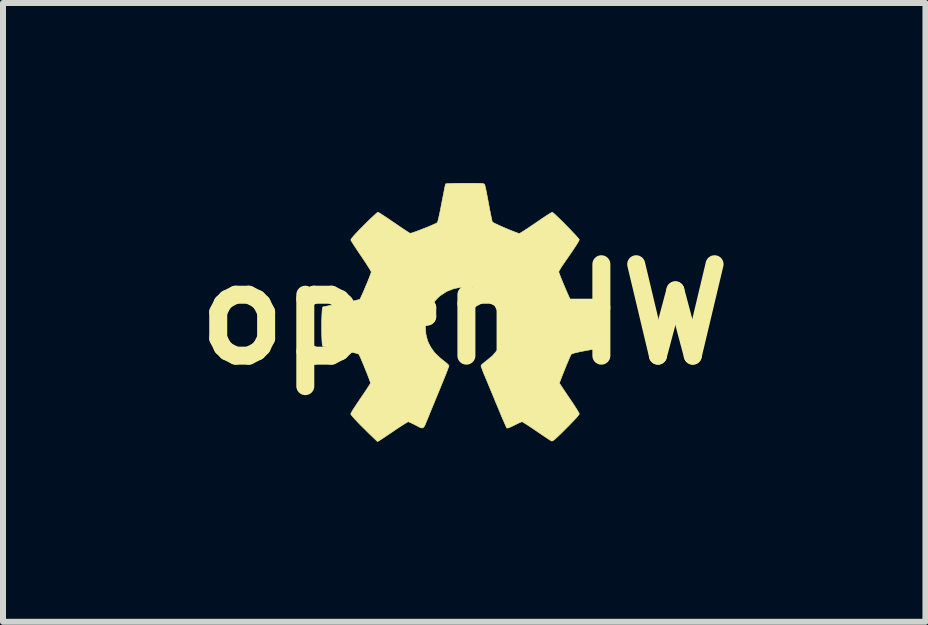
<source format=kicad_pcb>
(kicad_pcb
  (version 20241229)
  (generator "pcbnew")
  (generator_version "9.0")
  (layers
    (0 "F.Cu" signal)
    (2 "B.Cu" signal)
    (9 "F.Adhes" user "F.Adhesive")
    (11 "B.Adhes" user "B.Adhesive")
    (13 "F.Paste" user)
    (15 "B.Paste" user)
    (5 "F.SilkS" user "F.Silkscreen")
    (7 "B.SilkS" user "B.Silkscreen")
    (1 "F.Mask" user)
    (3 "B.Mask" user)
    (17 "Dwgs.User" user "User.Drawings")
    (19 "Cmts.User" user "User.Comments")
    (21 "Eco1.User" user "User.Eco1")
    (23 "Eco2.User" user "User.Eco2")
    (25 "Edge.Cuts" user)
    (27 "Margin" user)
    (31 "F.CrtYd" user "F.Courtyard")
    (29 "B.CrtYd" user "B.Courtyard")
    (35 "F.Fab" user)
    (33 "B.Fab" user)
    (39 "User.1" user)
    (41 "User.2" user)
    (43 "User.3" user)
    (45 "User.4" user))
  (footprint "openHW"
    (layer "F.Cu")
    (at 4.688 2.189)
    (property "Reference" "openHW" (at 0 0 0) (layer "F.SilkS") (effects (font (size 1.524 1.524) (thickness 0.3))))
    (attr through_hole)
    (fp_poly (pts (xy 0.111 -2.184) (xy 0.187 -2.184) (xy 0.243 -2.183) (xy 0.283 -2.182) (xy 0.309 -2.179) (xy 0.326 -2.175) (xy 0.335 -2.169) (xy 0.34 -2.162) (xy 0.343 -2.156) (xy 0.348 -2.135) (xy 0.358 -2.094) (xy 0.37 -2.035) (xy 0.384 -1.964) (xy 0.399 -1.883) (xy 0.407 -1.842) (xy 0.422 -1.759) (xy 0.437 -1.684) (xy 0.45 -1.621) (xy 0.46 -1.573) (xy 0.467 -1.544) (xy 0.469 -1.538) (xy 0.483 -1.529) (xy 0.516 -1.512) (xy 0.564 -1.49) (xy 0.621 -1.464) (xy 0.684 -1.437) (xy 0.747 -1.41) (xy 0.807 -1.386) (xy 0.859 -1.366) (xy 0.897 -1.352) (xy 0.918 -1.346) (xy 0.919 -1.346) (xy 0.933 -1.353) (xy 0.965 -1.373) (xy 1.012 -1.403) (xy 1.07 -1.441) (xy 1.138 -1.487) (xy 1.193 -1.524) (xy 1.265 -1.573) (xy 1.33 -1.617) (xy 1.386 -1.654) (xy 1.43 -1.681) (xy 1.457 -1.698) (xy 1.466 -1.702) (xy 1.48 -1.693) (xy 1.508 -1.669) (xy 1.547 -1.632) (xy 1.595 -1.586) (xy 1.648 -1.534) (xy 1.703 -1.478) (xy 1.758 -1.422) (xy 1.809 -1.368) (xy 1.854 -1.321) (xy 1.889 -1.282) (xy 1.911 -1.255) (xy 1.918 -1.244) (xy 1.912 -1.228) (xy 1.894 -1.196) (xy 1.864 -1.147) (xy 1.82 -1.081) (xy 1.763 -0.997) (xy 1.691 -0.893) (xy 1.656 -0.842) (xy 1.623 -0.794) (xy 1.597 -0.751) (xy 1.58 -0.72) (xy 1.575 -0.707) (xy 1.58 -0.691) (xy 1.593 -0.656) (xy 1.612 -0.607) (xy 1.636 -0.548) (xy 1.663 -0.484) (xy 1.69 -0.42) (xy 1.716 -0.36) (xy 1.739 -0.308) (xy 1.757 -0.269) (xy 1.768 -0.248) (xy 1.77 -0.246) (xy 1.783 -0.241) (xy 1.819 -0.233) (xy 1.872 -0.222) (xy 1.939 -0.209) (xy 2.018 -0.194) (xy 2.071 -0.184) (xy 2.155 -0.168) (xy 2.231 -0.153) (xy 2.295 -0.141) (xy 2.345 -0.131) (xy 2.375 -0.124) (xy 2.383 -0.122) (xy 2.388 -0.116) (xy 2.392 -0.1) (xy 2.396 -0.073) (xy 2.398 -0.03) (xy 2.399 0.03) (xy 2.4 0.11) (xy 2.4 0.208) (xy 2.4 0.308) (xy 2.4 0.385) (xy 2.399 0.442) (xy 2.397 0.483) (xy 2.394 0.51) (xy 2.39 0.526) (xy 2.385 0.535) (xy 2.378 0.538) (xy 2.356 0.543) (xy 2.316 0.551) (xy 2.265 0.561) (xy 2.242 0.565) (xy 2.118 0.588) (xy 2.017 0.607) (xy 1.937 0.622) (xy 1.876 0.636) (xy 1.832 0.647) (xy 1.803 0.656) (xy 1.786 0.664) (xy 1.782 0.668) (xy 1.773 0.685) (xy 1.757 0.721) (xy 1.736 0.771) (xy 1.711 0.83) (xy 1.684 0.895) (xy 1.658 0.961) (xy 1.633 1.023) (xy 1.612 1.077) (xy 1.596 1.118) (xy 1.588 1.143) (xy 1.587 1.147) (xy 1.594 1.159) (xy 1.614 1.19) (xy 1.644 1.235) (xy 1.682 1.292) (xy 1.726 1.358) (xy 1.753 1.397) (xy 1.8 1.466) (xy 1.842 1.53) (xy 1.877 1.585) (xy 1.902 1.627) (xy 1.916 1.654) (xy 1.918 1.66) (xy 1.909 1.676) (xy 1.884 1.707) (xy 1.845 1.751) (xy 1.793 1.805) (xy 1.732 1.868) (xy 1.697 1.903) (xy 1.628 1.972) (xy 1.574 2.024) (xy 1.534 2.062) (xy 1.504 2.088) (xy 1.483 2.104) (xy 1.468 2.111) (xy 1.457 2.112) (xy 1.447 2.108) (xy 1.447 2.108) (xy 1.428 2.096) (xy 1.392 2.072) (xy 1.342 2.039) (xy 1.282 1.999) (xy 1.216 1.953) (xy 1.199 1.942) (xy 1.133 1.897) (xy 1.073 1.857) (xy 1.023 1.825) (xy 0.986 1.802) (xy 0.966 1.791) (xy 0.964 1.791) (xy 0.946 1.796) (xy 0.912 1.811) (xy 0.866 1.833) (xy 0.834 1.849) (xy 0.783 1.874) (xy 0.743 1.891) (xy 0.717 1.897) (xy 0.71 1.896) (xy 0.703 1.882) (xy 0.687 1.848) (xy 0.664 1.795) (xy 0.635 1.729) (xy 0.602 1.65) (xy 0.566 1.563) (xy 0.552 1.53) (xy 0.511 1.432) (xy 0.471 1.333) (xy 0.431 1.239) (xy 0.396 1.153) (xy 0.366 1.082) (xy 0.344 1.028) (xy 0.342 1.025) (xy 0.318 0.967) (xy 0.299 0.916) (xy 0.285 0.878) (xy 0.279 0.858) (xy 0.279 0.858) (xy 0.289 0.842) (xy 0.315 0.818) (xy 0.351 0.789) (xy 0.359 0.784) (xy 0.47 0.692) (xy 0.556 0.593) (xy 0.62 0.485) (xy 0.659 0.368) (xy 0.676 0.241) (xy 0.677 0.21) (xy 0.667 0.083) (xy 0.633 -0.034) (xy 0.577 -0.143) (xy 0.496 -0.245) (xy 0.495 -0.246) (xy 0.4 -0.329) (xy 0.295 -0.392) (xy 0.181 -0.433) (xy 0.062 -0.453) (xy -0.057 -0.451) (xy -0.176 -0.427) (xy -0.29 -0.382) (xy -0.395 -0.314) (xy -0.431 -0.284) (xy -0.52 -0.189) (xy -0.585 -0.082) (xy -0.628 0.034) (xy -0.647 0.161) (xy -0.648 0.202) (xy -0.639 0.329) (xy -0.611 0.443) (xy -0.562 0.546) (xy -0.492 0.641) (xy -0.398 0.731) (xy -0.343 0.775) (xy -0.303 0.807) (xy -0.272 0.834) (xy -0.256 0.854) (xy -0.254 0.858) (xy -0.259 0.874) (xy -0.272 0.91) (xy -0.293 0.964) (xy -0.32 1.033) (xy -0.353 1.114) (xy -0.39 1.204) (xy -0.421 1.28) (xy -0.462 1.379) (xy -0.502 1.476) (xy -0.539 1.566) (xy -0.572 1.645) (xy -0.598 1.711) (xy -0.618 1.759) (xy -0.626 1.778) (xy -0.65 1.837) (xy -0.669 1.874) (xy -0.688 1.892) (xy -0.713 1.894) (xy -0.749 1.88) (xy -0.8 1.853) (xy -0.807 1.849) (xy -0.856 1.824) (xy -0.897 1.805) (xy -0.925 1.793) (xy -0.934 1.791) (xy -0.949 1.798) (xy -0.981 1.817) (xy -1.028 1.847) (xy -1.087 1.885) (xy -1.153 1.929) (xy -1.192 1.956) (xy -1.262 2.003) (xy -1.324 2.045) (xy -1.376 2.079) (xy -1.416 2.105) (xy -1.439 2.119) (xy -1.444 2.121) (xy -1.455 2.112) (xy -1.481 2.088) (xy -1.52 2.051) (xy -1.57 2.003) (xy -1.627 1.947) (xy -1.672 1.902) (xy -1.734 1.841) (xy -1.788 1.784) (xy -1.834 1.735) (xy -1.868 1.696) (xy -1.888 1.67) (xy -1.892 1.662) (xy -1.885 1.645) (xy -1.866 1.611) (xy -1.836 1.563) (xy -1.797 1.504) (xy -1.752 1.437) (xy -1.728 1.401) (xy -1.68 1.332) (xy -1.638 1.269) (xy -1.604 1.216) (xy -1.578 1.176) (xy -1.564 1.152) (xy -1.562 1.146) (xy -1.567 1.128) (xy -1.58 1.091) (xy -1.599 1.04) (xy -1.622 0.98) (xy -1.649 0.914) (xy -1.676 0.847) (xy -1.702 0.785) (xy -1.725 0.731) (xy -1.744 0.689) (xy -1.756 0.666) (xy -1.758 0.663) (xy -1.775 0.656) (xy -1.813 0.646) (xy -1.868 0.633) (xy -1.937 0.618) (xy -2.016 0.602) (xy -2.059 0.595) (xy -2.141 0.579) (xy -2.216 0.564) (xy -2.278 0.551) (xy -2.326 0.54) (xy -2.353 0.533) (xy -2.359 0.53) (xy -2.365 0.514) (xy -2.369 0.476) (xy -2.372 0.422) (xy -2.375 0.356) (xy -2.376 0.281) (xy -2.376 0.202) (xy -2.376 0.124) (xy -2.374 0.049) (xy -2.371 -0.017) (xy -2.368 -0.07) (xy -2.363 -0.106) (xy -2.358 -0.122) (xy -2.357 -0.122) (xy -2.34 -0.126) (xy -2.302 -0.134) (xy -2.246 -0.145) (xy -2.177 -0.159) (xy -2.097 -0.174) (xy -2.045 -0.184) (xy -1.962 -0.2) (xy -1.886 -0.215) (xy -1.823 -0.228) (xy -1.775 -0.239) (xy -1.747 -0.247) (xy -1.74 -0.249) (xy -1.73 -0.266) (xy -1.714 -0.302) (xy -1.691 -0.351) (xy -1.666 -0.41) (xy -1.639 -0.474) (xy -1.612 -0.538) (xy -1.588 -0.598) (xy -1.568 -0.649) (xy -1.555 -0.686) (xy -1.549 -0.704) (xy -1.549 -0.704) (xy -1.556 -0.721) (xy -1.576 -0.755) (xy -1.606 -0.803) (xy -1.644 -0.863) (xy -1.689 -0.93) (xy -1.716 -0.97) (xy -1.764 -1.04) (xy -1.807 -1.105) (xy -1.843 -1.16) (xy -1.87 -1.203) (xy -1.886 -1.229) (xy -1.889 -1.236) (xy -1.887 -1.249) (xy -1.872 -1.271) (xy -1.845 -1.304) (xy -1.804 -1.349) (xy -1.747 -1.408) (xy -1.675 -1.481) (xy -1.614 -1.542) (xy -1.557 -1.597) (xy -1.509 -1.642) (xy -1.471 -1.677) (xy -1.447 -1.697) (xy -1.439 -1.702) (xy -1.424 -1.695) (xy -1.392 -1.675) (xy -1.345 -1.645) (xy -1.287 -1.607) (xy -1.22 -1.561) (xy -1.172 -1.529) (xy -1.101 -1.48) (xy -1.036 -1.436) (xy -0.98 -1.399) (xy -0.937 -1.371) (xy -0.909 -1.354) (xy -0.901 -1.35) (xy -0.884 -1.353) (xy -0.848 -1.364) (xy -0.798 -1.382) (xy -0.739 -1.404) (xy -0.675 -1.429) (xy -0.611 -1.454) (xy -0.552 -1.479) (xy -0.502 -1.501) (xy -0.466 -1.518) (xy -0.449 -1.528) (xy -0.442 -1.544) (xy -0.432 -1.582) (xy -0.419 -1.637) (xy -0.404 -1.707) (xy -0.388 -1.787) (xy -0.376 -1.852) (xy -0.359 -1.938) (xy -0.344 -2.015) (xy -0.331 -2.081) (xy -0.321 -2.131) (xy -0.313 -2.163) (xy -0.311 -2.173) (xy -0.296 -2.176) (xy -0.26 -2.179) (xy -0.204 -2.181) (xy -0.132 -2.183) (xy -0.047 -2.184) (xy 0.014 -2.184) (xy 0.111 -2.184)) (stroke (width 0.01) (type solid)) (fill yes) (layer "F.SilkS")))
  (gr_rect
    (start -3 -3)
    (end 12.376 7.315)
    (stroke (width 0.1) (type default))
    (fill no)
    (layer "Edge.Cuts")))
</source>
